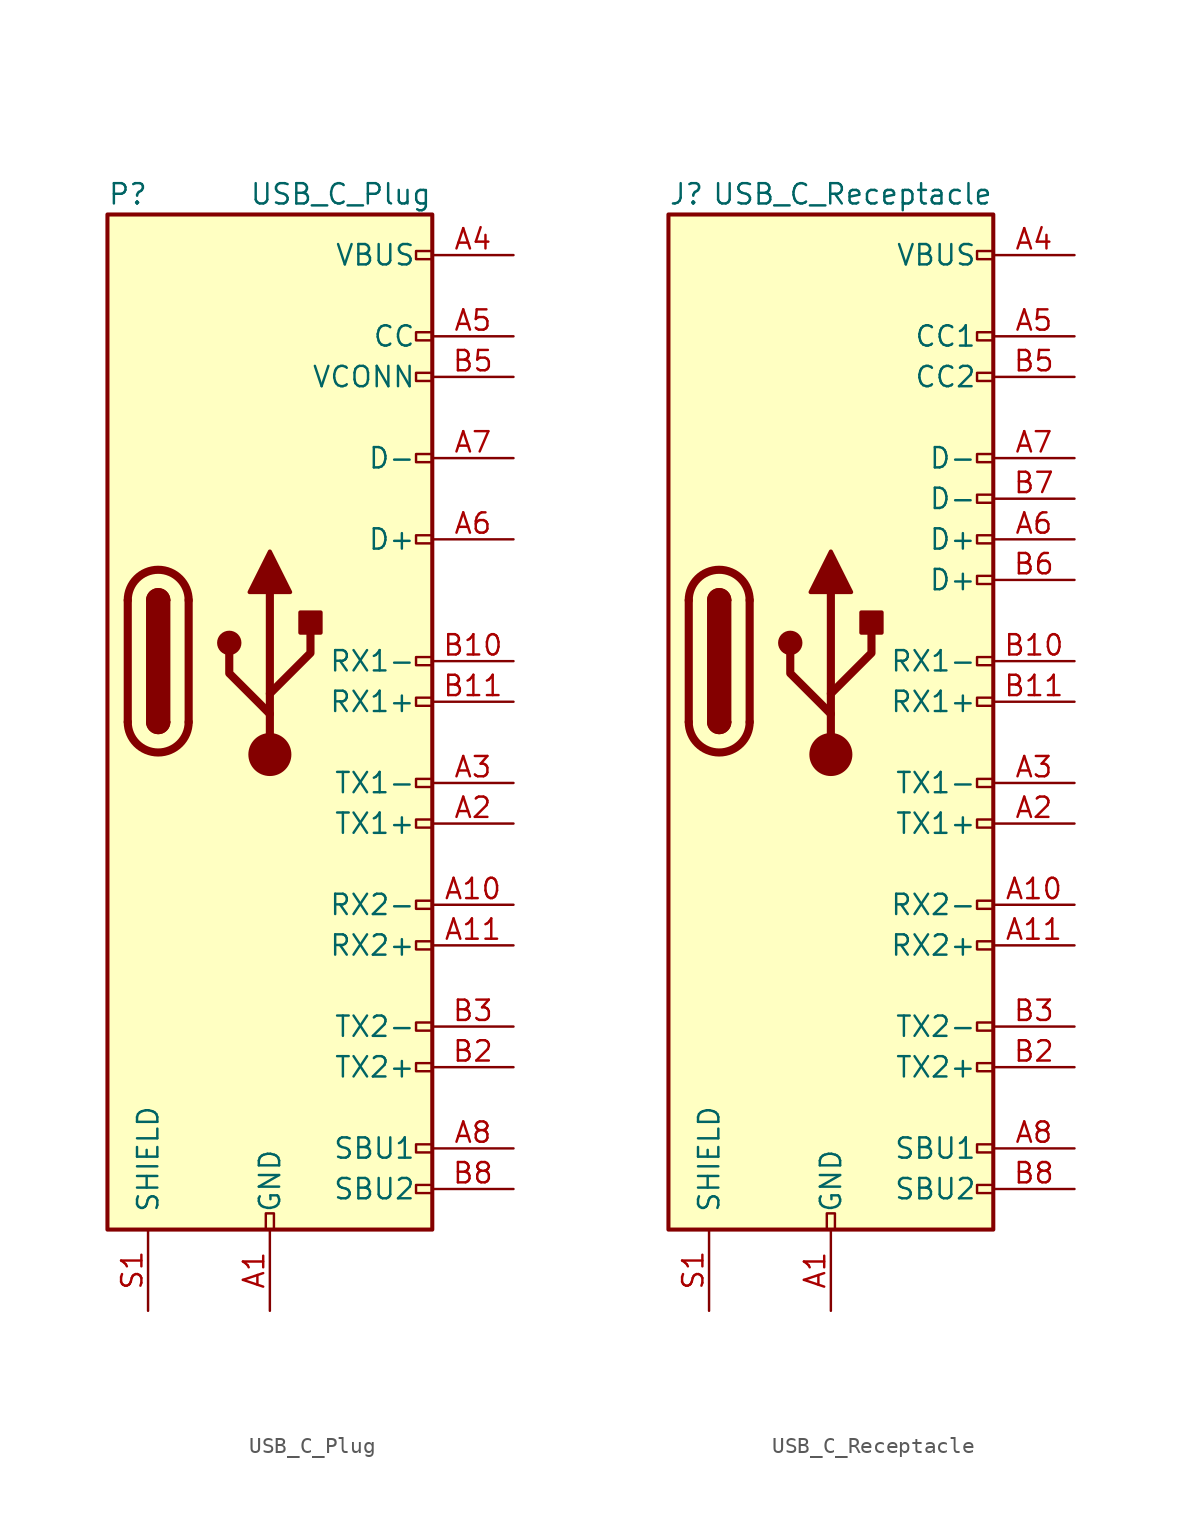
<source format=kicad_sym>
(kicad_symbol_lib
  (version 20211014)
  (generator kicad_symbol_editor)
  (symbol "USB_C_Plug"
    (pin_names
      (offset 1.016))
    (property "Reference" "P"
      (at -10.16 29.21 0)
      (effects (font (size 1.27 1.27)) (justify left)))
    (property "Value" "USB_C_Plug"
      (at 10.16 29.21 0)
      (effects (font (size 1.27 1.27)) (justify right)))
    (symbol "USB_C_Plug_0_0"
      (rectangle (start -0.254 -35.56) (end 0.254 -34.544) (stroke (width 0) (type default) (color 0 0 0 0)) (fill (type none)))
      (rectangle (start 10.16 -32.766) (end 9.144 -33.274) (stroke (width 0) (type default) (color 0 0 0 0)) (fill (type none)))
      (rectangle (start 10.16 -30.226) (end 9.144 -30.734) (stroke (width 0) (type default) (color 0 0 0 0)) (fill (type none)))
      (rectangle (start 10.16 -25.146) (end 9.144 -25.654) (stroke (width 0) (type default) (color 0 0 0 0)) (fill (type none)))
      (rectangle (start 10.16 -22.606) (end 9.144 -23.114) (stroke (width 0) (type default) (color 0 0 0 0)) (fill (type none)))
      (rectangle (start 10.16 -17.526) (end 9.144 -18.034) (stroke (width 0) (type default) (color 0 0 0 0)) (fill (type none)))
      (rectangle (start 10.16 -14.986) (end 9.144 -15.494) (stroke (width 0) (type default) (color 0 0 0 0)) (fill (type none)))
      (rectangle (start 10.16 -9.906) (end 9.144 -10.414) (stroke (width 0) (type default) (color 0 0 0 0)) (fill (type none)))
      (rectangle (start 10.16 -7.366) (end 9.144 -7.874) (stroke (width 0) (type default) (color 0 0 0 0)) (fill (type none)))
      (rectangle (start 10.16 -2.286) (end 9.144 -2.794) (stroke (width 0) (type default) (color 0 0 0 0)) (fill (type none)))
      (rectangle (start 10.16 0.254) (end 9.144 -0.254) (stroke (width 0) (type default) (color 0 0 0 0)) (fill (type none)))
      (rectangle (start 10.16 7.874) (end 9.144 7.366) (stroke (width 0) (type default) (color 0 0 0 0)) (fill (type none)))
      (rectangle (start 10.16 12.954) (end 9.144 12.446) (stroke (width 0) (type default) (color 0 0 0 0)) (fill (type none)))
      (rectangle (start 10.16 18.034) (end 9.144 17.526) (stroke (width 0) (type default) (color 0 0 0 0)) (fill (type none)))
      (rectangle (start 10.16 20.574) (end 9.144 20.066) (stroke (width 0) (type default) (color 0 0 0 0)) (fill (type none)))
      (rectangle (start 10.16 25.654) (end 9.144 25.146) (stroke (width 0) (type default) (color 0 0 0 0)) (fill (type none))))
    (symbol "USB_C_Plug_0_1"
      (rectangle (start -10.16 27.94) (end 10.16 -35.56) (stroke (width 0.254) (type default) (color 0 0 0 0)) (fill (type background)))
      (arc (start -8.89 -3.81) (mid -6.985 -5.715) (end -5.08 -3.81) (stroke (width 0.508) (type default) (color 0 0 0 0)) (fill (type none)))
      (arc (start -7.62 -3.81) (mid -6.985 -4.445) (end -6.35 -3.81) (stroke (width 0.254) (type default) (color 0 0 0 0)) (fill (type none)))
      (arc (start -7.62 -3.81) (mid -6.985 -4.445) (end -6.35 -3.81) (stroke (width 0.254) (type default) (color 0 0 0 0)) (fill (type outline)))
      (rectangle (start -7.62 -3.81) (end -6.35 3.81) (stroke (width 0.254) (type default) (color 0 0 0 0)) (fill (type outline)))
      (arc (start -6.35 3.81) (mid -6.985 4.445) (end -7.62 3.81) (stroke (width 0.254) (type default) (color 0 0 0 0)) (fill (type none)))
      (arc (start -6.35 3.81) (mid -6.985 4.445) (end -7.62 3.81) (stroke (width 0.254) (type default) (color 0 0 0 0)) (fill (type outline)))
      (arc (start -5.08 3.81) (mid -6.985 5.715) (end -8.89 3.81) (stroke (width 0.508) (type default) (color 0 0 0 0)) (fill (type none)))
      (polyline (pts (xy -8.89 -3.81) (xy -8.89 3.81)) (stroke (width 0.508) (type default) (color 0 0 0 0)) (fill (type none)))
      (polyline (pts (xy -5.08 3.81) (xy -5.08 -3.81)) (stroke (width 0.508) (type default) (color 0 0 0 0)) (fill (type none))))
    (symbol "USB_C_Plug_1_1"
      (circle (center -2.54 1.143) (radius 0.635) (stroke (width 0.254) (type default) (color 0 0 0 0)) (fill (type outline)))
      (circle (center 0 -5.842) (radius 1.27) (stroke (width 0) (type default) (color 0 0 0 0)) (fill (type outline)))
      (polyline (pts (xy 0 -5.842) (xy 0 4.318)) (stroke (width 0.508) (type default) (color 0 0 0 0)) (fill (type none)))
      (polyline (pts (xy 0 -3.302) (xy -2.54 -0.762) (xy -2.54 0.508)) (stroke (width 0.508) (type default) (color 0 0 0 0)) (fill (type none)))
      (polyline (pts (xy 0 -2.032) (xy 2.54 0.508) (xy 2.54 1.778)) (stroke (width 0.508) (type default) (color 0 0 0 0)) (fill (type none)))
      (polyline (pts (xy -1.27 4.318) (xy 0 6.858) (xy 1.27 4.318) (xy -1.27 4.318)) (stroke (width 0.254) (type default) (color 0 0 0 0)) (fill (type outline)))
      (rectangle (start 1.905 1.778) (end 3.175 3.048) (stroke (width 0.254) (type default) (color 0 0 0 0)) (fill (type outline)))
      (pin passive line (at 0 -40.64 90) (length 5.08) (name "GND" (effects (font (size 1.27 1.27)))) (number "A1" (effects (font (size 1.27 1.27)))))
      (pin bidirectional line (at 15.24 -15.24 180) (length 5.08) (name "RX2-" (effects (font (size 1.27 1.27)))) (number "A10" (effects (font (size 1.27 1.27)))))
      (pin bidirectional line (at 15.24 -17.78 180) (length 5.08) (name "RX2+" (effects (font (size 1.27 1.27)))) (number "A11" (effects (font (size 1.27 1.27)))))
      (pin passive line (at 0 -40.64 90) (length 5.08) hide (name "GND" (effects (font (size 1.27 1.27)))) (number "A12" (effects (font (size 1.27 1.27)))))
      (pin bidirectional line (at 15.24 -10.16 180) (length 5.08) (name "TX1+" (effects (font (size 1.27 1.27)))) (number "A2" (effects (font (size 1.27 1.27)))))
      (pin bidirectional line (at 15.24 -7.62 180) (length 5.08) (name "TX1-" (effects (font (size 1.27 1.27)))) (number "A3" (effects (font (size 1.27 1.27)))))
      (pin passive line (at 15.24 25.4 180) (length 5.08) (name "VBUS" (effects (font (size 1.27 1.27)))) (number "A4" (effects (font (size 1.27 1.27)))))
      (pin bidirectional line (at 15.24 20.32 180) (length 5.08) (name "CC" (effects (font (size 1.27 1.27)))) (number "A5" (effects (font (size 1.27 1.27)))))
      (pin bidirectional line (at 15.24 7.62 180) (length 5.08) (name "D+" (effects (font (size 1.27 1.27)))) (number "A6" (effects (font (size 1.27 1.27)))))
      (pin bidirectional line (at 15.24 12.7 180) (length 5.08) (name "D-" (effects (font (size 1.27 1.27)))) (number "A7" (effects (font (size 1.27 1.27)))))
      (pin bidirectional line (at 15.24 -30.48 180) (length 5.08) (name "SBU1" (effects (font (size 1.27 1.27)))) (number "A8" (effects (font (size 1.27 1.27)))))
      (pin passive line (at 15.24 25.4 180) (length 5.08) hide (name "VBUS" (effects (font (size 1.27 1.27)))) (number "A9" (effects (font (size 1.27 1.27)))))
      (pin passive line (at 0 -40.64 90) (length 5.08) hide (name "GND" (effects (font (size 1.27 1.27)))) (number "B1" (effects (font (size 1.27 1.27)))))
      (pin bidirectional line (at 15.24 0 180) (length 5.08) (name "RX1-" (effects (font (size 1.27 1.27)))) (number "B10" (effects (font (size 1.27 1.27)))))
      (pin bidirectional line (at 15.24 -2.54 180) (length 5.08) (name "RX1+" (effects (font (size 1.27 1.27)))) (number "B11" (effects (font (size 1.27 1.27)))))
      (pin passive line (at 0 -40.64 90) (length 5.08) hide (name "GND" (effects (font (size 1.27 1.27)))) (number "B12" (effects (font (size 1.27 1.27)))))
      (pin bidirectional line (at 15.24 -25.4 180) (length 5.08) (name "TX2+" (effects (font (size 1.27 1.27)))) (number "B2" (effects (font (size 1.27 1.27)))))
      (pin bidirectional line (at 15.24 -22.86 180) (length 5.08) (name "TX2-" (effects (font (size 1.27 1.27)))) (number "B3" (effects (font (size 1.27 1.27)))))
      (pin passive line (at 15.24 25.4 180) (length 5.08) hide (name "VBUS" (effects (font (size 1.27 1.27)))) (number "B4" (effects (font (size 1.27 1.27)))))
      (pin bidirectional line (at 15.24 17.78 180) (length 5.08) (name "VCONN" (effects (font (size 1.27 1.27)))) (number "B5" (effects (font (size 1.27 1.27)))))
      (pin bidirectional line (at 15.24 -33.02 180) (length 5.08) (name "SBU2" (effects (font (size 1.27 1.27)))) (number "B8" (effects (font (size 1.27 1.27)))))
      (pin passive line (at 15.24 25.4 180) (length 5.08) hide (name "VBUS" (effects (font (size 1.27 1.27)))) (number "B9" (effects (font (size 1.27 1.27)))))
      (pin passive line (at -7.62 -40.64 90) (length 5.08) (name "SHIELD" (effects (font (size 1.27 1.27)))) (number "S1" (effects (font (size 1.27 1.27)))))
      (pin passive line (at -7.62 -40.64 90) (length 5.08) hide (name "SHIELD" (effects (font (size 1.27 1.27)))) (number "S2" (effects (font (size 1.27 1.27)))))
      (pin passive line (at -7.62 -40.64 90) (length 5.08) hide (name "SHIELD" (effects (font (size 1.27 1.27)))) (number "S3" (effects (font (size 1.27 1.27)))))
      (pin passive line (at -7.62 -40.64 90) (length 5.08) hide (name "SHIELD" (effects (font (size 1.27 1.27)))) (number "S4" (effects (font (size 1.27 1.27)))))
      (pin passive line (at -7.62 -40.64 90) (length 5.08) hide (name "SHIELD" (effects (font (size 1.27 1.27)))) (number "S5" (effects (font (size 1.27 1.27)))))
      (pin passive line (at -7.62 -40.64 90) (length 5.08) hide (name "SHIELD" (effects (font (size 1.27 1.27)))) (number "S6" (effects (font (size 1.27 1.27)))))))
  (symbol "USB_C_Receptacle"
    (pin_names
      (offset 1.016))
    (property "Reference" "J"
      (at -10.16 29.21 0)
      (effects (font (size 1.27 1.27)) (justify left)))
    (property "Value" "USB_C_Receptacle"
      (at 10.16 29.21 0)
      (effects (font (size 1.27 1.27)) (justify right)))
    (symbol "USB_C_Receptacle_0_0"
      (rectangle (start -0.254 -35.56) (end 0.254 -34.544) (stroke (width 0) (type default) (color 0 0 0 0)) (fill (type none)))
      (rectangle (start 10.16 -32.766) (end 9.144 -33.274) (stroke (width 0) (type default) (color 0 0 0 0)) (fill (type none)))
      (rectangle (start 10.16 -30.226) (end 9.144 -30.734) (stroke (width 0) (type default) (color 0 0 0 0)) (fill (type none)))
      (rectangle (start 10.16 -25.146) (end 9.144 -25.654) (stroke (width 0) (type default) (color 0 0 0 0)) (fill (type none)))
      (rectangle (start 10.16 -22.606) (end 9.144 -23.114) (stroke (width 0) (type default) (color 0 0 0 0)) (fill (type none)))
      (rectangle (start 10.16 -17.526) (end 9.144 -18.034) (stroke (width 0) (type default) (color 0 0 0 0)) (fill (type none)))
      (rectangle (start 10.16 -14.986) (end 9.144 -15.494) (stroke (width 0) (type default) (color 0 0 0 0)) (fill (type none)))
      (rectangle (start 10.16 -9.906) (end 9.144 -10.414) (stroke (width 0) (type default) (color 0 0 0 0)) (fill (type none)))
      (rectangle (start 10.16 -7.366) (end 9.144 -7.874) (stroke (width 0) (type default) (color 0 0 0 0)) (fill (type none)))
      (rectangle (start 10.16 -2.286) (end 9.144 -2.794) (stroke (width 0) (type default) (color 0 0 0 0)) (fill (type none)))
      (rectangle (start 10.16 0.254) (end 9.144 -0.254) (stroke (width 0) (type default) (color 0 0 0 0)) (fill (type none)))
      (rectangle (start 10.16 5.334) (end 9.144 4.826) (stroke (width 0) (type default) (color 0 0 0 0)) (fill (type none)))
      (rectangle (start 10.16 7.874) (end 9.144 7.366) (stroke (width 0) (type default) (color 0 0 0 0)) (fill (type none)))
      (rectangle (start 10.16 10.414) (end 9.144 9.906) (stroke (width 0) (type default) (color 0 0 0 0)) (fill (type none)))
      (rectangle (start 10.16 12.954) (end 9.144 12.446) (stroke (width 0) (type default) (color 0 0 0 0)) (fill (type none)))
      (rectangle (start 10.16 18.034) (end 9.144 17.526) (stroke (width 0) (type default) (color 0 0 0 0)) (fill (type none)))
      (rectangle (start 10.16 20.574) (end 9.144 20.066) (stroke (width 0) (type default) (color 0 0 0 0)) (fill (type none)))
      (rectangle (start 10.16 25.654) (end 9.144 25.146) (stroke (width 0) (type default) (color 0 0 0 0)) (fill (type none))))
    (symbol "USB_C_Receptacle_0_1"
      (rectangle (start -10.16 27.94) (end 10.16 -35.56) (stroke (width 0.254) (type default) (color 0 0 0 0)) (fill (type background)))
      (arc (start -8.89 -3.81) (mid -6.985 -5.715) (end -5.08 -3.81) (stroke (width 0.508) (type default) (color 0 0 0 0)) (fill (type none)))
      (arc (start -7.62 -3.81) (mid -6.985 -4.445) (end -6.35 -3.81) (stroke (width 0.254) (type default) (color 0 0 0 0)) (fill (type none)))
      (arc (start -7.62 -3.81) (mid -6.985 -4.445) (end -6.35 -3.81) (stroke (width 0.254) (type default) (color 0 0 0 0)) (fill (type outline)))
      (rectangle (start -7.62 -3.81) (end -6.35 3.81) (stroke (width 0.254) (type default) (color 0 0 0 0)) (fill (type outline)))
      (arc (start -6.35 3.81) (mid -6.985 4.445) (end -7.62 3.81) (stroke (width 0.254) (type default) (color 0 0 0 0)) (fill (type none)))
      (arc (start -6.35 3.81) (mid -6.985 4.445) (end -7.62 3.81) (stroke (width 0.254) (type default) (color 0 0 0 0)) (fill (type outline)))
      (arc (start -5.08 3.81) (mid -6.985 5.715) (end -8.89 3.81) (stroke (width 0.508) (type default) (color 0 0 0 0)) (fill (type none)))
      (polyline (pts (xy -8.89 -3.81) (xy -8.89 3.81)) (stroke (width 0.508) (type default) (color 0 0 0 0)) (fill (type none)))
      (polyline (pts (xy -5.08 3.81) (xy -5.08 -3.81)) (stroke (width 0.508) (type default) (color 0 0 0 0)) (fill (type none))))
    (symbol "USB_C_Receptacle_1_1"
      (circle (center -2.54 1.143) (radius 0.635) (stroke (width 0.254) (type default) (color 0 0 0 0)) (fill (type outline)))
      (circle (center 0 -5.842) (radius 1.27) (stroke (width 0) (type default) (color 0 0 0 0)) (fill (type outline)))
      (polyline (pts (xy 0 -5.842) (xy 0 4.318)) (stroke (width 0.508) (type default) (color 0 0 0 0)) (fill (type none)))
      (polyline (pts (xy 0 -3.302) (xy -2.54 -0.762) (xy -2.54 0.508)) (stroke (width 0.508) (type default) (color 0 0 0 0)) (fill (type none)))
      (polyline (pts (xy 0 -2.032) (xy 2.54 0.508) (xy 2.54 1.778)) (stroke (width 0.508) (type default) (color 0 0 0 0)) (fill (type none)))
      (polyline (pts (xy -1.27 4.318) (xy 0 6.858) (xy 1.27 4.318) (xy -1.27 4.318)) (stroke (width 0.254) (type default) (color 0 0 0 0)) (fill (type outline)))
      (rectangle (start 1.905 1.778) (end 3.175 3.048) (stroke (width 0.254) (type default) (color 0 0 0 0)) (fill (type outline)))
      (pin passive line (at 0 -40.64 90) (length 5.08) (name "GND" (effects (font (size 1.27 1.27)))) (number "A1" (effects (font (size 1.27 1.27)))))
      (pin bidirectional line (at 15.24 -15.24 180) (length 5.08) (name "RX2-" (effects (font (size 1.27 1.27)))) (number "A10" (effects (font (size 1.27 1.27)))))
      (pin bidirectional line (at 15.24 -17.78 180) (length 5.08) (name "RX2+" (effects (font (size 1.27 1.27)))) (number "A11" (effects (font (size 1.27 1.27)))))
      (pin passive line (at 0 -40.64 90) (length 5.08) hide (name "GND" (effects (font (size 1.27 1.27)))) (number "A12" (effects (font (size 1.27 1.27)))))
      (pin bidirectional line (at 15.24 -10.16 180) (length 5.08) (name "TX1+" (effects (font (size 1.27 1.27)))) (number "A2" (effects (font (size 1.27 1.27)))))
      (pin bidirectional line (at 15.24 -7.62 180) (length 5.08) (name "TX1-" (effects (font (size 1.27 1.27)))) (number "A3" (effects (font (size 1.27 1.27)))))
      (pin passive line (at 15.24 25.4 180) (length 5.08) (name "VBUS" (effects (font (size 1.27 1.27)))) (number "A4" (effects (font (size 1.27 1.27)))))
      (pin bidirectional line (at 15.24 20.32 180) (length 5.08) (name "CC1" (effects (font (size 1.27 1.27)))) (number "A5" (effects (font (size 1.27 1.27)))))
      (pin bidirectional line (at 15.24 7.62 180) (length 5.08) (name "D+" (effects (font (size 1.27 1.27)))) (number "A6" (effects (font (size 1.27 1.27)))))
      (pin bidirectional line (at 15.24 12.7 180) (length 5.08) (name "D-" (effects (font (size 1.27 1.27)))) (number "A7" (effects (font (size 1.27 1.27)))))
      (pin bidirectional line (at 15.24 -30.48 180) (length 5.08) (name "SBU1" (effects (font (size 1.27 1.27)))) (number "A8" (effects (font (size 1.27 1.27)))))
      (pin passive line (at 15.24 25.4 180) (length 5.08) hide (name "VBUS" (effects (font (size 1.27 1.27)))) (number "A9" (effects (font (size 1.27 1.27)))))
      (pin passive line (at 0 -40.64 90) (length 5.08) hide (name "GND" (effects (font (size 1.27 1.27)))) (number "B1" (effects (font (size 1.27 1.27)))))
      (pin bidirectional line (at 15.24 0 180) (length 5.08) (name "RX1-" (effects (font (size 1.27 1.27)))) (number "B10" (effects (font (size 1.27 1.27)))))
      (pin bidirectional line (at 15.24 -2.54 180) (length 5.08) (name "RX1+" (effects (font (size 1.27 1.27)))) (number "B11" (effects (font (size 1.27 1.27)))))
      (pin passive line (at 0 -40.64 90) (length 5.08) hide (name "GND" (effects (font (size 1.27 1.27)))) (number "B12" (effects (font (size 1.27 1.27)))))
      (pin bidirectional line (at 15.24 -25.4 180) (length 5.08) (name "TX2+" (effects (font (size 1.27 1.27)))) (number "B2" (effects (font (size 1.27 1.27)))))
      (pin bidirectional line (at 15.24 -22.86 180) (length 5.08) (name "TX2-" (effects (font (size 1.27 1.27)))) (number "B3" (effects (font (size 1.27 1.27)))))
      (pin passive line (at 15.24 25.4 180) (length 5.08) hide (name "VBUS" (effects (font (size 1.27 1.27)))) (number "B4" (effects (font (size 1.27 1.27)))))
      (pin bidirectional line (at 15.24 17.78 180) (length 5.08) (name "CC2" (effects (font (size 1.27 1.27)))) (number "B5" (effects (font (size 1.27 1.27)))))
      (pin bidirectional line (at 15.24 5.08 180) (length 5.08) (name "D+" (effects (font (size 1.27 1.27)))) (number "B6" (effects (font (size 1.27 1.27)))))
      (pin bidirectional line (at 15.24 10.16 180) (length 5.08) (name "D-" (effects (font (size 1.27 1.27)))) (number "B7" (effects (font (size 1.27 1.27)))))
      (pin bidirectional line (at 15.24 -33.02 180) (length 5.08) (name "SBU2" (effects (font (size 1.27 1.27)))) (number "B8" (effects (font (size 1.27 1.27)))))
      (pin passive line (at 15.24 25.4 180) (length 5.08) hide (name "VBUS" (effects (font (size 1.27 1.27)))) (number "B9" (effects (font (size 1.27 1.27)))))
      (pin passive line (at -7.62 -40.64 90) (length 5.08) (name "SHIELD" (effects (font (size 1.27 1.27)))) (number "S1" (effects (font (size 1.27 1.27)))))
      (pin passive line (at -7.62 -40.64 90) (length 5.08) hide (name "SHIELD" (effects (font (size 1.27 1.27)))) (number "S2" (effects (font (size 1.27 1.27)))))
      (pin passive line (at -7.62 -40.64 90) (length 5.08) hide (name "SHIELD" (effects (font (size 1.27 1.27)))) (number "S3" (effects (font (size 1.27 1.27)))))
      (pin passive line (at -7.62 -40.64 90) (length 5.08) hide (name "SHIELD" (effects (font (size 1.27 1.27)))) (number "S4" (effects (font (size 1.27 1.27)))))
      (pin passive line (at -7.62 -40.64 90) (length 5.08) hide (name "SHIELD" (effects (font (size 1.27 1.27)))) (number "S5" (effects (font (size 1.27 1.27)))))
      (pin passive line (at -7.62 -40.64 90) (length 5.08) hide (name "SHIELD" (effects (font (size 1.27 1.27)))) (number "S6" (effects (font (size 1.27 1.27)))))
      (pin passive line (at -7.62 -40.64 90) (length 5.08) hide (name "SHIELD" (effects (font (size 1.27 1.27)))) (number "S7" (effects (font (size 1.27 1.27)))))
      (pin passive line (at -7.62 -40.64 90) (length 5.08) hide (name "SHIELD" (effects (font (size 1.27 1.27)))) (number "S8" (effects (font (size 1.27 1.27))))))))
</source>
